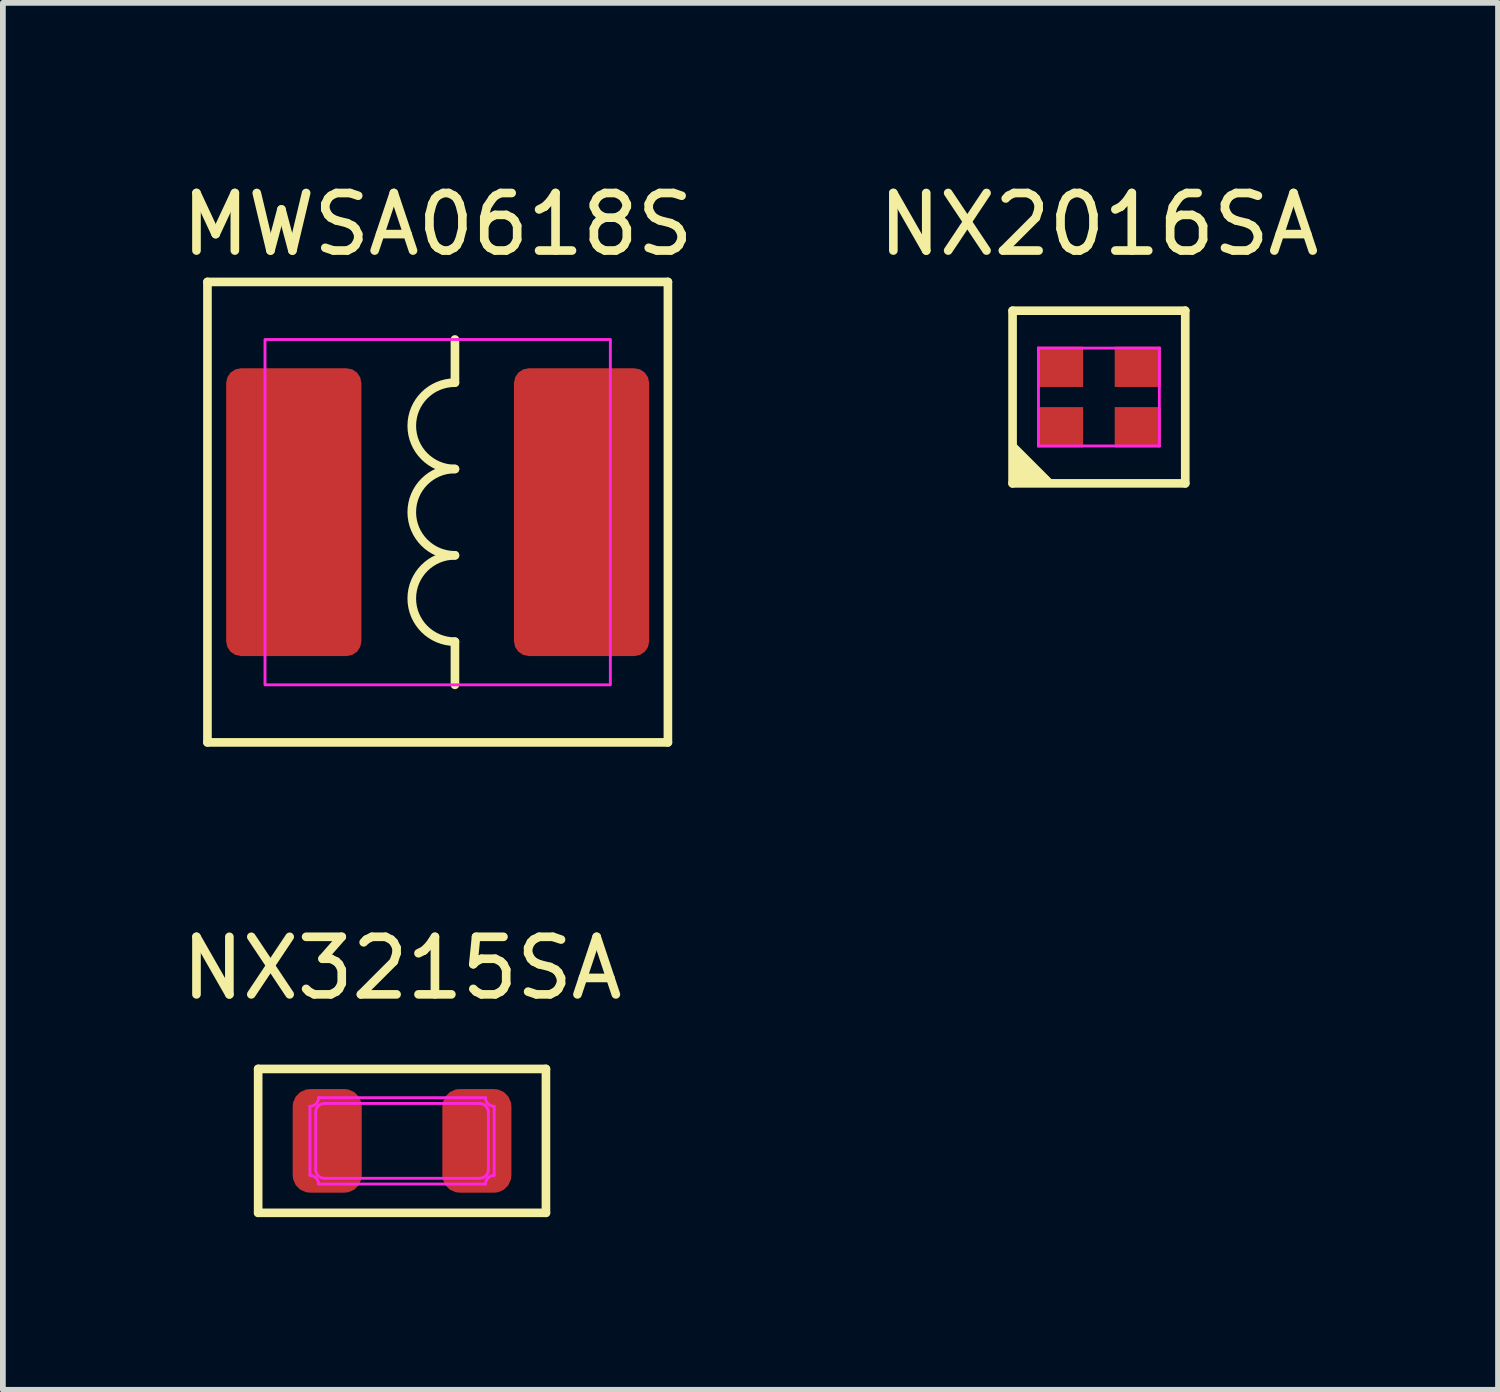
<source format=kicad_pcb>
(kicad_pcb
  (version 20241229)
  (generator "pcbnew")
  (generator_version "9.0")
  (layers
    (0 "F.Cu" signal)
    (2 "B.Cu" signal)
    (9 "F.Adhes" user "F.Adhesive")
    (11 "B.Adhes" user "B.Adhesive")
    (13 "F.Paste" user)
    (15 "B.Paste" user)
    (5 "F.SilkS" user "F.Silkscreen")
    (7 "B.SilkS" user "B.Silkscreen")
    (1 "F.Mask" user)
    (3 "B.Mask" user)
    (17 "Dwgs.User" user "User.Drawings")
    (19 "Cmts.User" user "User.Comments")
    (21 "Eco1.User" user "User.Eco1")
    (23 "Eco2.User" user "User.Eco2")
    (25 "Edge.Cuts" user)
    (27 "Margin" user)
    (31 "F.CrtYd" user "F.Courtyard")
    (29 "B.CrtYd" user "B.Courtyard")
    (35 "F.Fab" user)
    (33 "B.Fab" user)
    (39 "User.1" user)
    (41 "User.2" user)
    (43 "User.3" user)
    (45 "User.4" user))
  (footprint "MWSA0618S"
    (layer "F.Cu")
    (at 4.554 5.848)
    (property "Reference" "MWSA0618S" (at 0 -5 0) (layer "F.SilkS") (effects (font (size 1 1) (thickness 0.15))))
    (fp_line (start -4 -4) (end 4 -4) (stroke (width 0.15) (type solid)) (layer "F.SilkS"))
    (fp_line (start -4 4) (end -4 -4) (stroke (width 0.15) (type solid)) (layer "F.SilkS"))
    (fp_line (start -4 4) (end 4 4) (stroke (width 0.15) (type solid)) (layer "F.SilkS"))
    (fp_line (start 0.3 -2.25) (end 0.3 -3) (stroke (width 0.15) (type solid)) (layer "F.SilkS"))
    (fp_line (start 0.3 3) (end 0.3 2.25) (stroke (width 0.15) (type solid)) (layer "F.SilkS"))
    (fp_line (start 4 4) (end 4 -4) (stroke (width 0.15) (type solid)) (layer "F.SilkS"))
    (fp_arc (start 0.3 -0.75) (mid -0.45 -1.5) (end 0.3 -2.25) (stroke (width 0.15) (type solid)) (layer "F.SilkS"))
    (fp_arc (start 0.3 0.75) (mid -0.45 0) (end 0.3 -0.75) (stroke (width 0.15) (type solid)) (layer "F.SilkS"))
    (fp_arc (start 0.3 2.25) (mid -0.45 1.5) (end 0.3 0.75) (stroke (width 0.15) (type solid)) (layer "F.SilkS"))
    (fp_rect (start -3 -3) (end 3 3) (stroke (width 0.05) (type solid)) (fill no) (layer "F.CrtYd"))
    (pad "1" smd roundrect (at -2.5 0) (size 2.35 5) (layers "F.Cu" "F.Mask" "F.Paste") (roundrect_rratio 0.11))
    (pad "2" smd roundrect (at 2.5 0) (size 2.35 5) (layers "F.Cu" "F.Mask" "F.Paste") (roundrect_rratio 0.11)))
  (footprint "NX2016SA"
    (layer "F.Cu")
    (at 16.042 3.848)
    (property "Reference" "NX2016SA" (at 0 -3 0) (layer "F.SilkS") (effects (font (size 1 1) (thickness 0.15))))
    (fp_line (start -1.5 -1.5) (end 1.5 -1.5) (stroke (width 0.15) (type solid)) (layer "F.SilkS"))
    (fp_line (start -1.5 1.5) (end -1.5 -1.5) (stroke (width 0.15) (type solid)) (layer "F.SilkS"))
    (fp_line (start -1.5 1.5) (end 1.5 1.5) (stroke (width 0.15) (type solid)) (layer "F.SilkS"))
    (fp_line (start 1.5 1.5) (end 1.5 -1.5) (stroke (width 0.15) (type solid)) (layer "F.SilkS"))
    (fp_poly (pts (xy -1.5 1.5) (xy -0.75 1.5) (xy -1.5 0.75)) (stroke (width 0) (type default)) (fill yes) (layer "F.SilkS"))
    (fp_line (start -1.05 -0.85) (end 1.05 -0.85) (stroke (width 0.05) (type solid)) (layer "F.CrtYd"))
    (fp_line (start -1.05 0.85) (end -1.05 -0.85) (stroke (width 0.05) (type solid)) (layer "F.CrtYd"))
    (fp_line (start -1.05 0.85) (end 1.05 0.85) (stroke (width 0.05) (type solid)) (layer "F.CrtYd"))
    (fp_line (start 1.05 0.85) (end 1.05 -0.85) (stroke (width 0.05) (type solid)) (layer "F.CrtYd"))
    (pad "1" smd rect (at -0.675 0.525) (size 0.8 0.7) (layers "F.Cu" "F.Mask" "F.Paste"))
    (pad "2" smd rect (at 0.675 -0.525) (size 0.8 0.7) (layers "F.Cu" "F.Mask" "F.Paste"))
    (pad "3" smd rect (at -0.675 -0.525) (size 0.8 0.7) (layers "F.Cu" "F.Mask" "F.Paste"))
    (pad "3" smd rect (at 0.675 0.525) (size 0.8 0.7) (layers "F.Cu" "F.Mask" "F.Paste")))
  (footprint "NX3215SA"
    (layer "F.Cu")
    (at 3.935 16.771)
    (property "Reference" "NX3215SA" (at 0 -3 0) (layer "F.SilkS") (effects (font (size 1 1) (thickness 0.15))))
    (fp_line (start -2.5 -1.25) (end 2.5 -1.25) (stroke (width 0.15) (type solid)) (layer "F.SilkS"))
    (fp_line (start -2.5 1.25) (end -2.5 -1.25) (stroke (width 0.15) (type solid)) (layer "F.SilkS"))
    (fp_line (start -2.5 1.25) (end 2.5 1.25) (stroke (width 0.15) (type solid)) (layer "F.SilkS"))
    (fp_line (start 2.5 1.25) (end 2.5 -1.25) (stroke (width 0.15) (type solid)) (layer "F.SilkS"))
    (fp_line (start -1.6 0.6) (end -1.6 -0.6) (stroke (width 0.05) (type solid)) (layer "F.CrtYd"))
    (fp_line (start -1.5 0.5) (end -1.5 -0.5) (stroke (width 0.05) (type solid)) (layer "F.CrtYd"))
    (fp_line (start -1.45 -0.75) (end 1.45 -0.75) (stroke (width 0.05) (type solid)) (layer "F.CrtYd"))
    (fp_line (start -1.45 0.75) (end 1.45 0.75) (stroke (width 0.05) (type solid)) (layer "F.CrtYd"))
    (fp_line (start -1.35 -0.65) (end 1.35 -0.65) (stroke (width 0.05) (type solid)) (layer "F.CrtYd"))
    (fp_line (start -1.35 0.65) (end 1.35 0.65) (stroke (width 0.05) (type solid)) (layer "F.CrtYd"))
    (fp_line (start 1.5 0.5) (end 1.5 -0.5) (stroke (width 0.05) (type solid)) (layer "F.CrtYd"))
    (fp_line (start 1.6 0.6) (end 1.6 -0.6) (stroke (width 0.05) (type solid)) (layer "F.CrtYd"))
    (fp_arc (start -1.6 0.6) (mid -1.493934 0.643934) (end -1.45 0.75) (stroke (width 0.05) (type solid)) (layer "F.CrtYd"))
    (fp_arc (start -1.5 -0.5) (mid -1.456066 -0.606066) (end -1.35 -0.65) (stroke (width 0.05) (type solid)) (layer "F.CrtYd"))
    (fp_arc (start -1.45 -0.75) (mid -1.493934 -0.643934) (end -1.6 -0.6) (stroke (width 0.05) (type solid)) (layer "F.CrtYd"))
    (fp_arc (start -1.35 0.65) (mid -1.456066 0.606066) (end -1.5 0.5) (stroke (width 0.05) (type solid)) (layer "F.CrtYd"))
    (fp_arc (start 1.35 -0.65) (mid 1.456066 -0.606066) (end 1.5 -0.5) (stroke (width 0.05) (type solid)) (layer "F.CrtYd"))
    (fp_arc (start 1.45 0.75) (mid 1.493934 0.643934) (end 1.6 0.6) (stroke (width 0.05) (type solid)) (layer "F.CrtYd"))
    (fp_arc (start 1.5 0.5) (mid 1.456066 0.606066) (end 1.35 0.65) (stroke (width 0.05) (type solid)) (layer "F.CrtYd"))
    (fp_arc (start 1.6 -0.6) (mid 1.493934 -0.643934) (end 1.45 -0.75) (stroke (width 0.05) (type solid)) (layer "F.CrtYd"))
    (pad "1" smd roundrect (at -1.3 0) (size 1.2 1.8) (layers "F.Cu" "F.Mask" "F.Paste") (roundrect_rratio 0.25))
    (pad "2" smd roundrect (at 1.3 0) (size 1.2 1.8) (layers "F.Cu" "F.Mask" "F.Paste") (roundrect_rratio 0.25)))
  (gr_rect
    (start -3 -3)
    (end 22.976 21.096)
    (stroke (width 0.1) (type default))
    (fill no)
    (layer "Edge.Cuts")))
</source>
